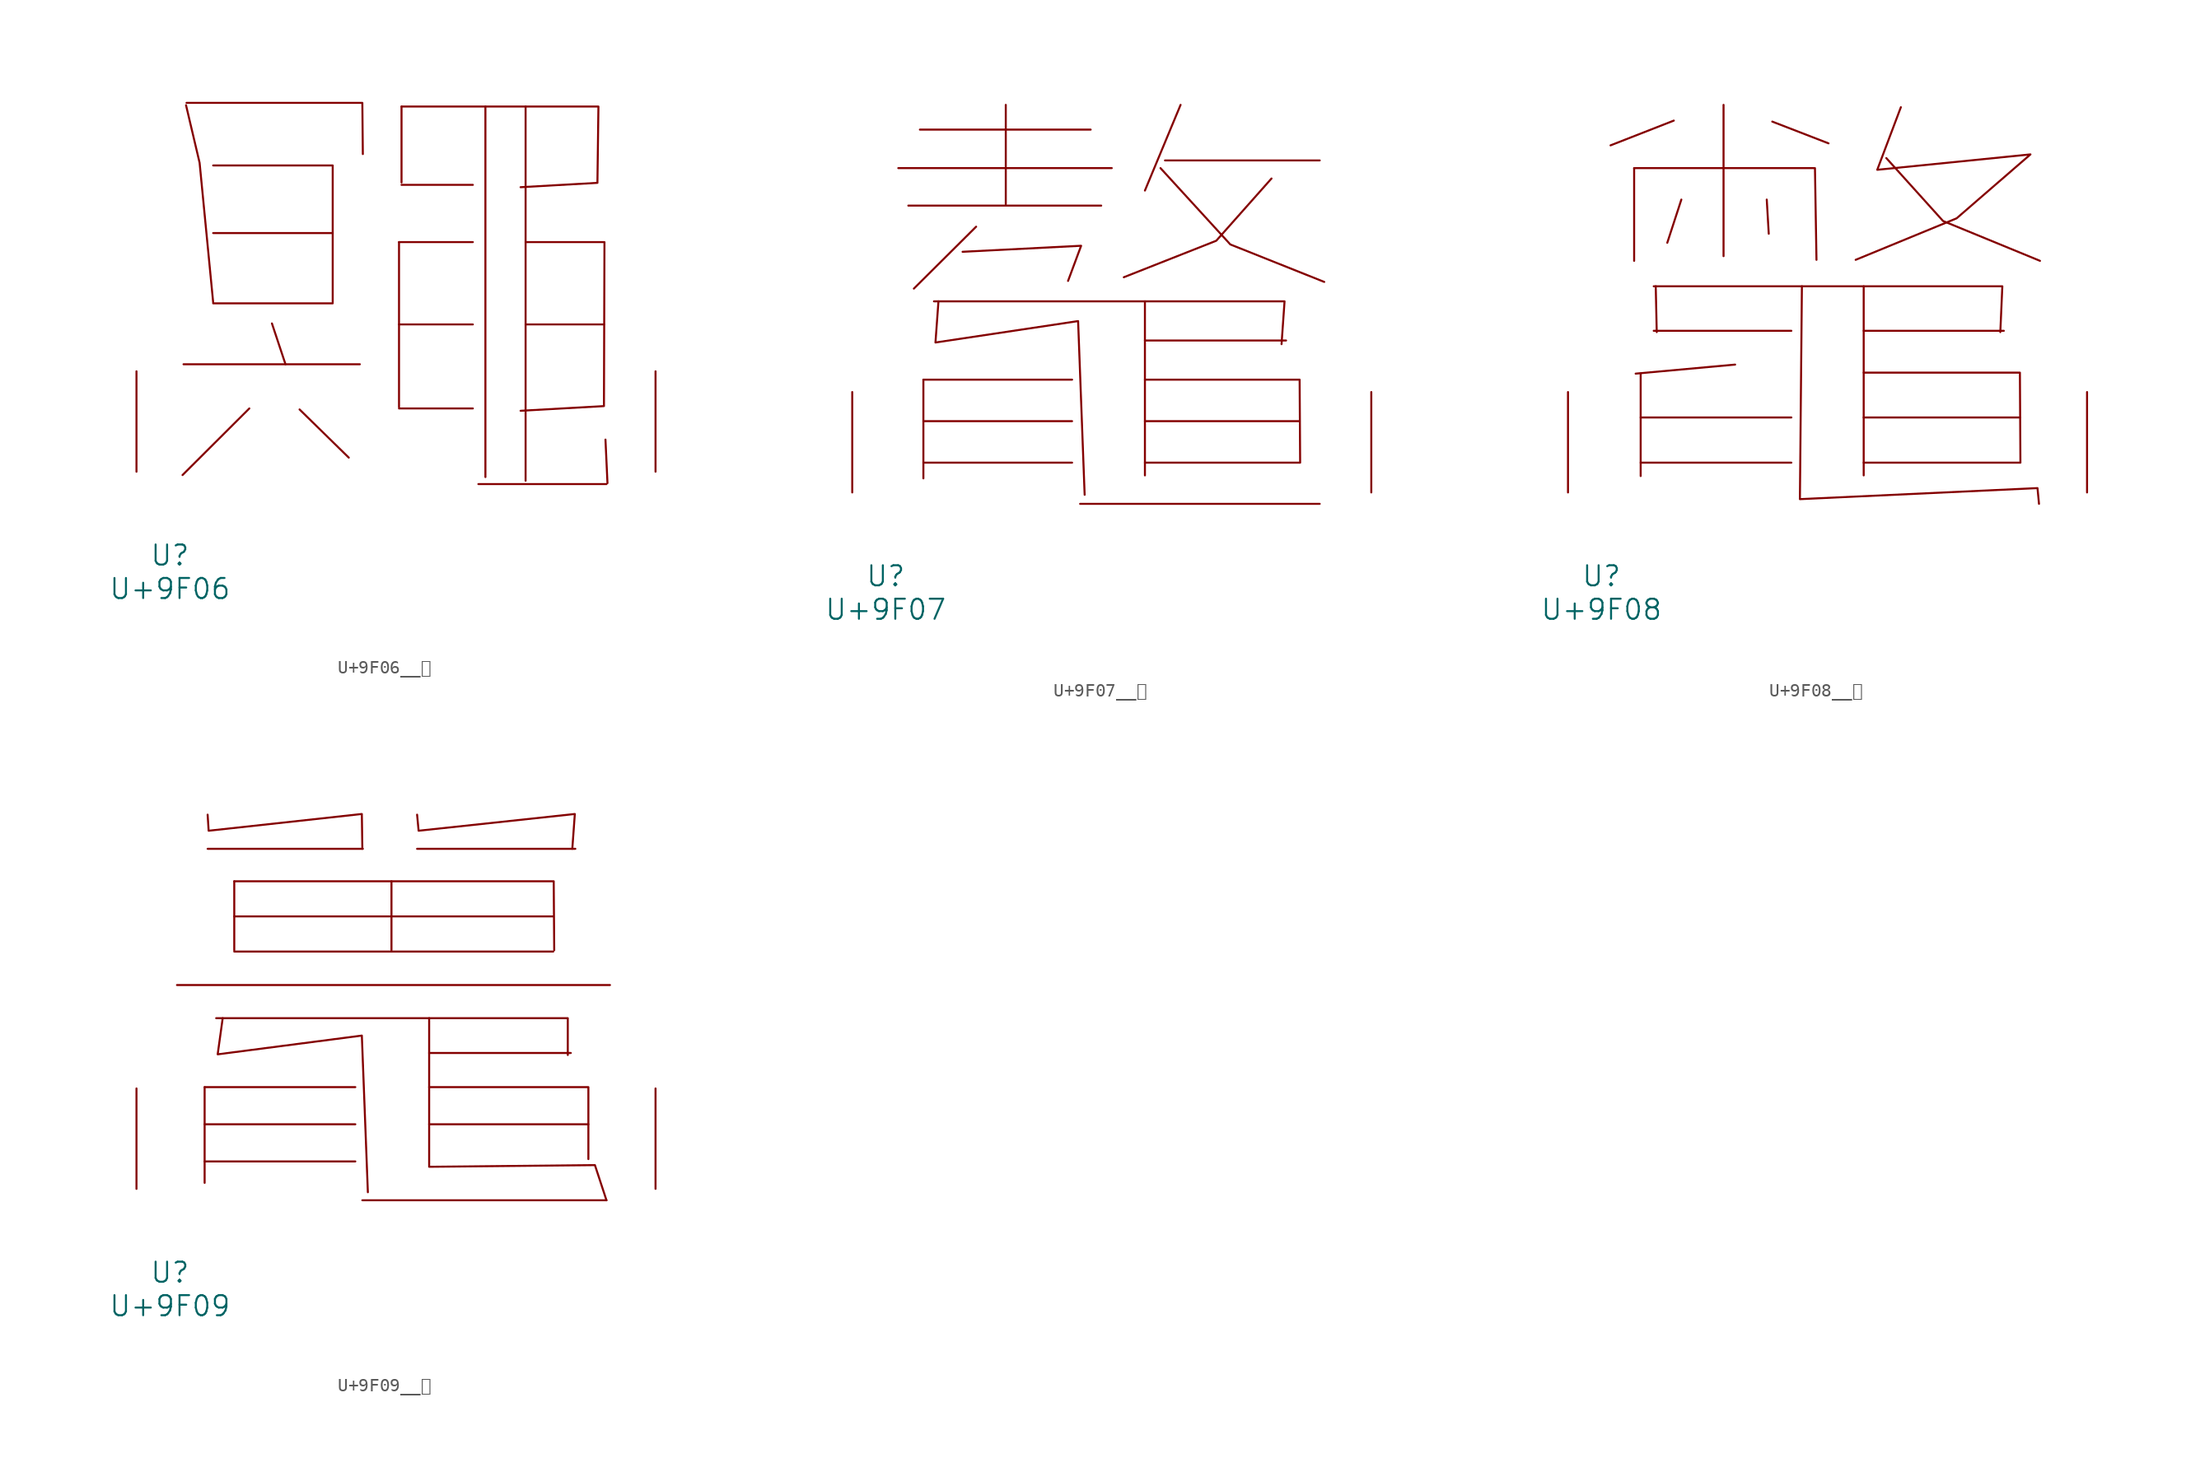
<source format=kicad_sym>
(kicad_symbol_lib
  (version 20231120)
  (generator "kicad_symbol_editor")
  (generator_version "8.0")
  (symbol "U+9F06__鼆"
    (pin_names
      (offset 1.016))
    (property "Reference" "U"
      (at 0 -6.35 0)
      (effects (font (size 1.524 1.524))))
    (property "Value" "U+9F06"
      (at 0 -8.89 0)
      (effects (font (size 1.524 1.524))))
    (symbol "U+9F06__鼆_0_1"
      (polyline (pts (xy 1.029 8.153) (xy 14.402 8.153)) (stroke (width 0) (type solid)) (fill (type none)))
      (polyline (pts (xy 3.277 12.776) (xy 12.344 12.776)) (stroke (width 0) (type solid)) (fill (type none)))
      (polyline (pts (xy 3.277 18.11) (xy 12.344 18.11)) (stroke (width 0) (type solid)) (fill (type none)))
      (polyline (pts (xy 6.02 4.801) (xy 0.953 -0.254)) (stroke (width 0) (type solid)) (fill (type none)))
      (polyline (pts (xy 7.734 11.252) (xy 8.763 8.153)) (stroke (width 0) (type solid)) (fill (type none)))
      (polyline (pts (xy 9.83 4.724) (xy 13.564 1.067)) (stroke (width 0) (type solid)) (fill (type none)))
      (polyline (pts (xy 17.374 4.801) (xy 22.974 4.801)) (stroke (width 0) (type solid)) (fill (type none)))
      (polyline (pts (xy 17.374 11.176) (xy 22.974 11.176)) (stroke (width 0) (type solid)) (fill (type none)))
      (polyline (pts (xy 17.374 17.424) (xy 17.374 4.902)) (stroke (width 0) (type solid)) (fill (type none)))
      (polyline (pts (xy 17.374 17.424) (xy 22.974 17.424)) (stroke (width 0) (type solid)) (fill (type none)))
      (polyline (pts (xy 17.564 21.768) (xy 22.974 21.768)) (stroke (width 0) (type solid)) (fill (type none)))
      (polyline (pts (xy 17.564 27.711) (xy 17.564 21.946)) (stroke (width 0) (type solid)) (fill (type none)))
      (polyline (pts (xy 23.393 -0.94) (xy 33.109 -0.94)) (stroke (width 0) (type solid)) (fill (type none)))
      (polyline (pts (xy 23.927 27.711) (xy 23.927 -0.406)) (stroke (width 0) (type solid)) (fill (type none)))
      (polyline (pts (xy 26.975 11.176) (xy 32.918 11.176)) (stroke (width 0) (type solid)) (fill (type none)))
      (polyline (pts (xy 26.975 27.711) (xy 26.975 -0.686)) (stroke (width 0) (type solid)) (fill (type none)))
      (polyline (pts (xy 33.033 2.438) (xy 33.185 -0.864)) (stroke (width 0) (type solid)) (fill (type none)))
      (polyline (pts (xy 1.219 27.813) (xy 2.248 23.444) (xy 3.277 12.852)) (stroke (width 0) (type solid)) (fill (type none)))
      (polyline (pts (xy 1.257 27.991) (xy 14.592 27.991) (xy 14.63 24.105)) (stroke (width 0) (type solid)) (fill (type none)))
      (polyline (pts (xy 3.277 23.241) (xy 12.344 23.241) (xy 12.344 12.852)) (stroke (width 0) (type solid)) (fill (type none)))
      (polyline (pts (xy 17.564 27.711) (xy 32.499 27.711) (xy 32.423 21.92) (xy 26.594 21.59)) (stroke (width 0) (type solid)) (fill (type none)))
      (polyline (pts (xy 26.975 17.424) (xy 32.956 17.424) (xy 32.918 4.978) (xy 26.594 4.623)) (stroke (width 0) (type solid)) (fill (type none)))
      (pin input line (at -2.54 0 90) (length 7.62) (name "~" (effects (font (size 1.27 1.27)))) (number "~" (effects (font (size 1.27 1.27)))))
      (pin input line (at 36.83 0 90) (length 7.62) (name "~" (effects (font (size 1.27 1.27)))) (number "~" (effects (font (size 1.27 1.27)))))))
  (symbol "U+9F07__鼇"
    (pin_names
      (offset 1.016))
    (property "Reference" "U"
      (at 0 -6.35 0)
      (effects (font (size 1.524 1.524))))
    (property "Value" "U+9F07"
      (at 0 -8.89 0)
      (effects (font (size 1.524 1.524))))
    (symbol "U+9F07__鼇_0_1"
      (polyline (pts (xy 0.953 24.613) (xy 17.145 24.613)) (stroke (width 0) (type solid)) (fill (type none)))
      (polyline (pts (xy 1.714 21.768) (xy 16.345 21.768)) (stroke (width 0) (type solid)) (fill (type none)))
      (polyline (pts (xy 2.591 27.534) (xy 15.545 27.534)) (stroke (width 0) (type solid)) (fill (type none)))
      (polyline (pts (xy 2.857 2.261) (xy 14.135 2.261)) (stroke (width 0) (type solid)) (fill (type none)))
      (polyline (pts (xy 2.857 5.41) (xy 14.135 5.41)) (stroke (width 0) (type solid)) (fill (type none)))
      (polyline (pts (xy 2.857 8.56) (xy 2.857 1.067)) (stroke (width 0) (type solid)) (fill (type none)))
      (polyline (pts (xy 2.857 8.56) (xy 14.135 8.56)) (stroke (width 0) (type solid)) (fill (type none)))
      (polyline (pts (xy 6.858 20.168) (xy 2.134 15.469)) (stroke (width 0) (type solid)) (fill (type none)))
      (polyline (pts (xy 9.106 29.413) (xy 9.106 21.869)) (stroke (width 0) (type solid)) (fill (type none)))
      (polyline (pts (xy 14.745 -0.864) (xy 32.918 -0.864)) (stroke (width 0) (type solid)) (fill (type none)))
      (polyline (pts (xy 19.66 2.261) (xy 31.394 2.261)) (stroke (width 0) (type solid)) (fill (type none)))
      (polyline (pts (xy 19.66 5.41) (xy 31.394 5.41)) (stroke (width 0) (type solid)) (fill (type none)))
      (polyline (pts (xy 19.66 11.532) (xy 30.366 11.532)) (stroke (width 0) (type solid)) (fill (type none)))
      (polyline (pts (xy 19.66 14.503) (xy 19.66 1.295)) (stroke (width 0) (type solid)) (fill (type none)))
      (polyline (pts (xy 21.184 25.197) (xy 32.918 25.197)) (stroke (width 0) (type solid)) (fill (type none)))
      (polyline (pts (xy 22.365 29.413) (xy 19.66 22.911)) (stroke (width 0) (type solid)) (fill (type none)))
      (polyline (pts (xy 3.658 14.503) (xy 30.251 14.503) (xy 30.023 11.252)) (stroke (width 0) (type solid)) (fill (type none)))
      (polyline (pts (xy 5.829 18.263) (xy 14.821 18.72) (xy 13.83 16.053)) (stroke (width 0) (type solid)) (fill (type none)))
      (polyline (pts (xy 19.66 8.56) (xy 31.394 8.56) (xy 31.433 2.261)) (stroke (width 0) (type solid)) (fill (type none)))
      (polyline (pts (xy 20.841 24.613) (xy 26.137 18.821) (xy 33.261 15.977)) (stroke (width 0) (type solid)) (fill (type none)))
      (polyline (pts (xy 29.261 23.825) (xy 25.07 19.101) (xy 18.059 16.332)) (stroke (width 0) (type solid)) (fill (type none)))
      (polyline (pts (xy 4 14.503) (xy 3.772 11.379) (xy 14.592 13.005) (xy 15.088 -0.178)) (stroke (width 0) (type solid)) (fill (type none)))
      (pin input line (at -2.54 0 90) (length 7.62) (name "~" (effects (font (size 1.27 1.27)))) (number "~" (effects (font (size 1.27 1.27)))))
      (pin input line (at 36.83 0 90) (length 7.62) (name "~" (effects (font (size 1.27 1.27)))) (number "~" (effects (font (size 1.27 1.27)))))))
  (symbol "U+9F08__鼈"
    (pin_names
      (offset 1.016))
    (property "Reference" "U"
      (at 0 -6.35 0)
      (effects (font (size 1.524 1.524))))
    (property "Value" "U+9F08"
      (at 0 -8.89 0)
      (effects (font (size 1.524 1.524))))
    (symbol "U+9F08__鼈_0_1"
      (polyline (pts (xy 2.477 24.613) (xy 2.477 17.577)) (stroke (width 0) (type solid)) (fill (type none)))
      (polyline (pts (xy 2.972 2.261) (xy 14.402 2.261)) (stroke (width 0) (type solid)) (fill (type none)))
      (polyline (pts (xy 2.972 5.69) (xy 14.402 5.69)) (stroke (width 0) (type solid)) (fill (type none)))
      (polyline (pts (xy 2.972 9.017) (xy 2.972 1.245)) (stroke (width 0) (type solid)) (fill (type none)))
      (polyline (pts (xy 3.962 12.268) (xy 14.402 12.268)) (stroke (width 0) (type solid)) (fill (type none)))
      (polyline (pts (xy 4.115 15.646) (xy 4.191 12.167)) (stroke (width 0) (type solid)) (fill (type none)))
      (polyline (pts (xy 5.486 28.219) (xy 0.686 26.34)) (stroke (width 0) (type solid)) (fill (type none)))
      (polyline (pts (xy 6.058 22.225) (xy 4.991 18.948)) (stroke (width 0) (type solid)) (fill (type none)))
      (polyline (pts (xy 9.258 29.413) (xy 9.258 17.932)) (stroke (width 0) (type solid)) (fill (type none)))
      (polyline (pts (xy 10.135 9.703) (xy 2.591 9.017)) (stroke (width 0) (type solid)) (fill (type none)))
      (polyline (pts (xy 12.535 22.225) (xy 12.687 19.634)) (stroke (width 0) (type solid)) (fill (type none)))
      (polyline (pts (xy 12.954 28.143) (xy 17.221 26.492)) (stroke (width 0) (type solid)) (fill (type none)))
      (polyline (pts (xy 19.888 2.261) (xy 31.737 2.261)) (stroke (width 0) (type solid)) (fill (type none)))
      (polyline (pts (xy 19.888 5.69) (xy 31.737 5.69)) (stroke (width 0) (type solid)) (fill (type none)))
      (polyline (pts (xy 19.888 12.268) (xy 30.518 12.268)) (stroke (width 0) (type solid)) (fill (type none)))
      (polyline (pts (xy 19.888 15.646) (xy 19.888 1.295)) (stroke (width 0) (type solid)) (fill (type none)))
      (polyline (pts (xy 2.477 24.613) (xy 16.192 24.613) (xy 16.307 17.653)) (stroke (width 0) (type solid)) (fill (type none)))
      (polyline (pts (xy 3.962 15.646) (xy 30.404 15.646) (xy 30.251 12.167)) (stroke (width 0) (type solid)) (fill (type none)))
      (polyline (pts (xy 19.888 9.093) (xy 31.737 9.093) (xy 31.775 2.261)) (stroke (width 0) (type solid)) (fill (type none)))
      (polyline (pts (xy 21.603 25.375) (xy 25.908 20.599) (xy 33.261 17.577)) (stroke (width 0) (type solid)) (fill (type none)))
      (polyline (pts (xy 15.202 15.646) (xy 15.05 -0.508) (xy 33.071 0.33) (xy 33.185 -0.864)) (stroke (width 0) (type solid)) (fill (type none)))
      (polyline (pts (xy 22.708 29.235) (xy 20.917 24.486) (xy 32.537 25.654) (xy 26.937 20.803) (xy 19.279 17.653)) (stroke (width 0) (type solid)) (fill (type none)))
      (pin input line (at -2.54 0 90) (length 7.62) (name "~" (effects (font (size 1.27 1.27)))) (number "~" (effects (font (size 1.27 1.27)))))
      (pin input line (at 36.83 0 90) (length 7.62) (name "~" (effects (font (size 1.27 1.27)))) (number "~" (effects (font (size 1.27 1.27)))))))
  (symbol "U+9F09__鼉"
    (pin_names
      (offset 1.016))
    (property "Reference" "U"
      (at 0 -6.35 0)
      (effects (font (size 1.524 1.524))))
    (property "Value" "U+9F09"
      (at 0 -8.89 0)
      (effects (font (size 1.524 1.524))))
    (symbol "U+9F09__鼉_0_1"
      (polyline (pts (xy 0.533 15.469) (xy 33.376 15.469)) (stroke (width 0) (type solid)) (fill (type none)))
      (polyline (pts (xy 2.629 2.083) (xy 14.059 2.083)) (stroke (width 0) (type solid)) (fill (type none)))
      (polyline (pts (xy 2.629 4.902) (xy 14.059 4.902)) (stroke (width 0) (type solid)) (fill (type none)))
      (polyline (pts (xy 2.629 7.722) (xy 2.629 0.457)) (stroke (width 0) (type solid)) (fill (type none)))
      (polyline (pts (xy 2.629 7.722) (xy 14.059 7.722)) (stroke (width 0) (type solid)) (fill (type none)))
      (polyline (pts (xy 2.857 25.806) (xy 14.63 25.806)) (stroke (width 0) (type solid)) (fill (type none)))
      (polyline (pts (xy 4.877 18.009) (xy 29.07 18.009)) (stroke (width 0) (type solid)) (fill (type none)))
      (polyline (pts (xy 4.877 20.676) (xy 29.07 20.676)) (stroke (width 0) (type solid)) (fill (type none)))
      (polyline (pts (xy 4.877 23.343) (xy 4.877 18.11)) (stroke (width 0) (type solid)) (fill (type none)))
      (polyline (pts (xy 14.592 -0.864) (xy 33.109 -0.864)) (stroke (width 0) (type solid)) (fill (type none)))
      (polyline (pts (xy 16.802 23.343) (xy 16.802 18.11)) (stroke (width 0) (type solid)) (fill (type none)))
      (polyline (pts (xy 18.745 25.806) (xy 30.747 25.806)) (stroke (width 0) (type solid)) (fill (type none)))
      (polyline (pts (xy 19.66 4.902) (xy 31.737 4.902)) (stroke (width 0) (type solid)) (fill (type none)))
      (polyline (pts (xy 19.66 10.312) (xy 30.404 10.312)) (stroke (width 0) (type solid)) (fill (type none)))
      (polyline (pts (xy 3.505 12.954) (xy 30.175 12.954) (xy 30.175 10.16)) (stroke (width 0) (type solid)) (fill (type none)))
      (polyline (pts (xy 4.877 23.343) (xy 29.108 23.343) (xy 29.146 18.11)) (stroke (width 0) (type solid)) (fill (type none)))
      (polyline (pts (xy 19.66 7.722) (xy 31.737 7.722) (xy 31.737 2.261)) (stroke (width 0) (type solid)) (fill (type none)))
      (polyline (pts (xy 2.857 28.397) (xy 2.934 27.178) (xy 14.554 28.448) (xy 14.592 25.806)) (stroke (width 0) (type solid)) (fill (type none)))
      (polyline (pts (xy 4 12.954) (xy 3.619 10.211) (xy 14.554 11.633) (xy 15.011 -0.254)) (stroke (width 0) (type solid)) (fill (type none)))
      (polyline (pts (xy 18.745 28.397) (xy 18.86 27.178) (xy 30.709 28.448) (xy 30.518 25.806)) (stroke (width 0) (type solid)) (fill (type none)))
      (polyline (pts (xy 19.66 12.954) (xy 19.66 1.676) (xy 32.233 1.803) (xy 33.109 -0.864)) (stroke (width 0) (type solid)) (fill (type none)))
      (pin input line (at -2.54 0 90) (length 7.62) (name "~" (effects (font (size 1.27 1.27)))) (number "~" (effects (font (size 1.27 1.27)))))
      (pin input line (at 36.83 0 90) (length 7.62) (name "~" (effects (font (size 1.27 1.27)))) (number "~" (effects (font (size 1.27 1.27))))))))
</source>
